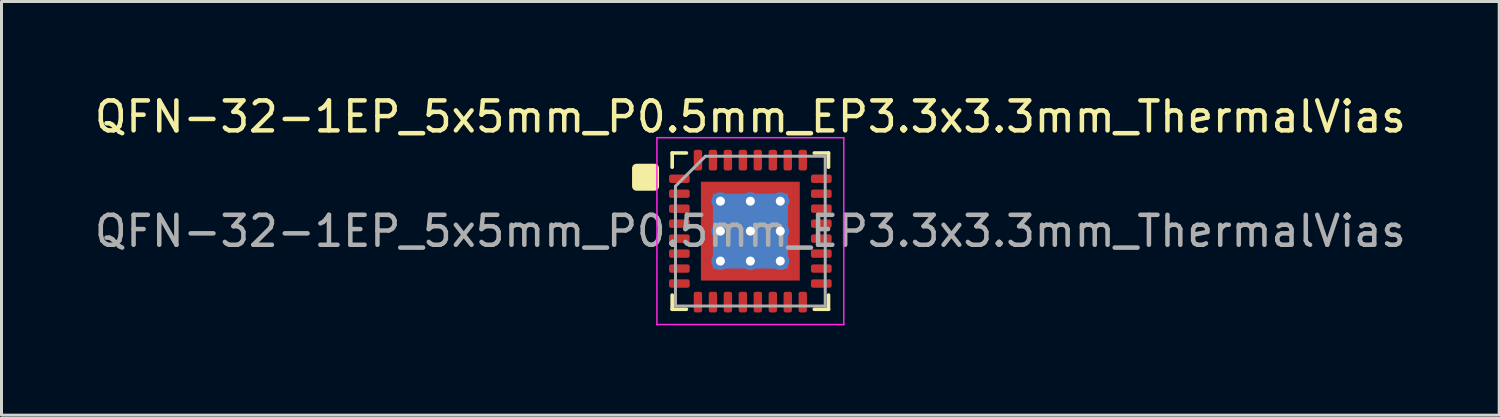
<source format=kicad_pcb>
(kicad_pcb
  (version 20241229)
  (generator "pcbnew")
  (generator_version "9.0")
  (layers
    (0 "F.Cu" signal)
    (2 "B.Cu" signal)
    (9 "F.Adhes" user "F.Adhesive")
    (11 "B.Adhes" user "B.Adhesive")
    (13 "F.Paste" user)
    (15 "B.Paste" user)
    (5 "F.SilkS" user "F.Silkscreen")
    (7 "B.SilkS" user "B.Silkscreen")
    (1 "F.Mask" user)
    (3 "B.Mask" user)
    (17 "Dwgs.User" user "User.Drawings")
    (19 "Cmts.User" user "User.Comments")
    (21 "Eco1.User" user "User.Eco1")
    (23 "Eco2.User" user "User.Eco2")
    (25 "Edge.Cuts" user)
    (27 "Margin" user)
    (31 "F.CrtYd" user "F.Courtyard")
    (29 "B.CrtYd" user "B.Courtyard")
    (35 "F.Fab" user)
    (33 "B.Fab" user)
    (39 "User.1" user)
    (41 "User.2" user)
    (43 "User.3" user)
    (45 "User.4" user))
  (footprint "QFN-32-1EP_5x5mm_P0.5mm_EP3.3x3.3mm_ThermalVias"
    (layer "F.Cu")
    (at 22.006 4.668)
    (property "Reference" "QFN-32-1EP_5x5mm_P0.5mm_EP3.3x3.3mm_ThermalVias" (at 0 -3.82 0) (layer "F.SilkS") (effects (font (size 1 1) (thickness 0.15))))
    (attr smd)
    (fp_line (start -2.61 -2.61) (end -2.61 -2.135) (stroke (width 0.12) (type solid)) (layer "F.SilkS"))
    (fp_line (start -2.61 2.61) (end -2.61 2.135) (stroke (width 0.12) (type solid)) (layer "F.SilkS"))
    (fp_line (start -2.135 -2.61) (end -2.61 -2.61) (stroke (width 0.12) (type solid)) (layer "F.SilkS"))
    (fp_line (start -2.135 2.61) (end -2.61 2.61) (stroke (width 0.12) (type solid)) (layer "F.SilkS"))
    (fp_line (start 2.135 -2.61) (end 2.61 -2.61) (stroke (width 0.12) (type solid)) (layer "F.SilkS"))
    (fp_line (start 2.135 2.61) (end 2.61 2.61) (stroke (width 0.12) (type solid)) (layer "F.SilkS"))
    (fp_line (start 2.61 -2.61) (end 2.61 -2.135) (stroke (width 0.12) (type solid)) (layer "F.SilkS"))
    (fp_line (start 2.61 2.61) (end 2.61 2.135) (stroke (width 0.12) (type solid)) (layer "F.SilkS"))
    (fp_rect (start -3.8 -2.1) (end -3.2 -1.5) (stroke (width 0.3) (type solid)) (fill yes) (layer "F.SilkS"))
    (fp_line (start -3.12 -3.12) (end -3.12 3.12) (stroke (width 0.05) (type solid)) (layer "F.CrtYd"))
    (fp_line (start -3.12 3.12) (end 3.12 3.12) (stroke (width 0.05) (type solid)) (layer "F.CrtYd"))
    (fp_line (start 3.12 -3.12) (end -3.12 -3.12) (stroke (width 0.05) (type solid)) (layer "F.CrtYd"))
    (fp_line (start 3.12 3.12) (end 3.12 -3.12) (stroke (width 0.05) (type solid)) (layer "F.CrtYd"))
    (fp_line (start -2.5 -1.5) (end -1.5 -2.5) (stroke (width 0.1) (type solid)) (layer "F.Fab"))
    (fp_line (start -2.5 2.5) (end -2.5 -1.5) (stroke (width 0.1) (type solid)) (layer "F.Fab"))
    (fp_line (start -1.5 -2.5) (end 2.5 -2.5) (stroke (width 0.1) (type solid)) (layer "F.Fab"))
    (fp_line (start 2.5 -2.5) (end 2.5 2.5) (stroke (width 0.1) (type solid)) (layer "F.Fab"))
    (fp_line (start 2.5 2.5) (end -2.5 2.5) (stroke (width 0.1) (type solid)) (layer "F.Fab"))
    (fp_text user "${REFERENCE}" (at 0 0 0) (layer "F.Fab") (effects (font (size 1 1) (thickness 0.15))))
    (pad "" smd custom (at -1.325 -1.325) (size 0.413 0.413) (layers "F.Paste") (options (anchor circle)) (primitives (gr_poly (pts (xy 0.151 0.059) (xy 0.059 0.151) (xy -0.151 0.151) (xy -0.151 -0.151) (xy 0.151 -0.151)) (width 0.222) (fill yes))))
    (pad "" smd custom (at -1.325 -0.5) (size 0.437 0.437) (layers "F.Paste") (options (anchor circle)) (primitives (gr_poly (pts (xy 0.175 -0.244) (xy 0.175 0.244) (xy 0.103 0.316) (xy -0.175 0.316) (xy -0.175 -0.316) (xy 0.103 -0.316)) (width 0.174) (fill yes))))
    (pad "" smd custom (at -1.325 0.5) (size 0.437 0.437) (layers "F.Paste") (options (anchor circle)) (primitives (gr_poly (pts (xy 0.175 -0.244) (xy 0.175 0.244) (xy 0.103 0.316) (xy -0.175 0.316) (xy -0.175 -0.316) (xy 0.103 -0.316)) (width 0.174) (fill yes))))
    (pad "" smd custom (at -1.325 1.325) (size 0.413 0.413) (layers "F.Paste") (options (anchor circle)) (primitives (gr_poly (pts (xy 0.151 -0.059) (xy 0.151 0.151) (xy -0.151 0.151) (xy -0.151 -0.151) (xy 0.059 -0.151)) (width 0.222) (fill yes))))
    (pad "" smd custom (at -0.5 -1.325) (size 0.437 0.437) (layers "F.Paste") (options (anchor circle)) (primitives (gr_poly (pts (xy 0.316 0.103) (xy 0.244 0.175) (xy -0.244 0.175) (xy -0.316 0.103) (xy -0.316 -0.175) (xy 0.316 -0.175)) (width 0.174) (fill yes))))
    (pad "" smd roundrect (at -0.5 -0.5) (size 0.806 0.806) (layers "F.Paste") (roundrect_rratio 0.25))
    (pad "" smd roundrect (at -0.5 0.5) (size 0.806 0.806) (layers "F.Paste") (roundrect_rratio 0.25))
    (pad "" smd custom (at -0.5 1.325) (size 0.437 0.437) (layers "F.Paste") (options (anchor circle)) (primitives (gr_poly (pts (xy 0.316 -0.103) (xy 0.316 0.175) (xy -0.316 0.175) (xy -0.316 -0.103) (xy -0.244 -0.175) (xy 0.244 -0.175)) (width 0.174) (fill yes))))
    (pad "" smd custom (at 0.5 -1.325) (size 0.437 0.437) (layers "F.Paste") (options (anchor circle)) (primitives (gr_poly (pts (xy 0.316 0.103) (xy 0.244 0.175) (xy -0.244 0.175) (xy -0.316 0.103) (xy -0.316 -0.175) (xy 0.316 -0.175)) (width 0.174) (fill yes))))
    (pad "" smd roundrect (at 0.5 -0.5) (size 0.806 0.806) (layers "F.Paste") (roundrect_rratio 0.25))
    (pad "" smd roundrect (at 0.5 0.5) (size 0.806 0.806) (layers "F.Paste") (roundrect_rratio 0.25))
    (pad "" smd custom (at 0.5 1.325) (size 0.437 0.437) (layers "F.Paste") (options (anchor circle)) (primitives (gr_poly (pts (xy 0.316 -0.103) (xy 0.316 0.175) (xy -0.316 0.175) (xy -0.316 -0.103) (xy -0.244 -0.175) (xy 0.244 -0.175)) (width 0.174) (fill yes))))
    (pad "" smd custom (at 1.325 -1.325) (size 0.413 0.413) (layers "F.Paste") (options (anchor circle)) (primitives (gr_poly (pts (xy 0.151 0.151) (xy -0.059 0.151) (xy -0.151 0.059) (xy -0.151 -0.151) (xy 0.151 -0.151)) (width 0.222) (fill yes))))
    (pad "" smd custom (at 1.325 -0.5) (size 0.437 0.437) (layers "F.Paste") (options (anchor circle)) (primitives (gr_poly (pts (xy 0.175 0.316) (xy -0.103 0.316) (xy -0.175 0.244) (xy -0.175 -0.244) (xy -0.103 -0.316) (xy 0.175 -0.316)) (width 0.174) (fill yes))))
    (pad "" smd custom (at 1.325 0.5) (size 0.437 0.437) (layers "F.Paste") (options (anchor circle)) (primitives (gr_poly (pts (xy 0.175 0.316) (xy -0.103 0.316) (xy -0.175 0.244) (xy -0.175 -0.244) (xy -0.103 -0.316) (xy 0.175 -0.316)) (width 0.174) (fill yes))))
    (pad "" smd custom (at 1.325 1.325) (size 0.413 0.413) (layers "F.Paste") (options (anchor circle)) (primitives (gr_poly (pts (xy 0.151 0.151) (xy -0.151 0.151) (xy -0.151 -0.059) (xy -0.059 -0.151) (xy 0.151 -0.151)) (width 0.222) (fill yes))))
    (pad "1" smd roundrect (at -2.37 -1.75) (size 0.69 0.28) (layers "F.Cu" "F.Mask" "F.Paste") (roundrect_rratio 0.25))
    (pad "2" smd roundrect (at -2.37 -1.25) (size 0.69 0.28) (layers "F.Cu" "F.Mask" "F.Paste") (roundrect_rratio 0.25))
    (pad "3" smd roundrect (at -2.37 -0.75) (size 0.69 0.28) (layers "F.Cu" "F.Mask" "F.Paste") (roundrect_rratio 0.25))
    (pad "4" smd roundrect (at -2.37 -0.25) (size 0.69 0.28) (layers "F.Cu" "F.Mask" "F.Paste") (roundrect_rratio 0.25))
    (pad "5" smd roundrect (at -2.37 0.25) (size 0.69 0.28) (layers "F.Cu" "F.Mask" "F.Paste") (roundrect_rratio 0.25))
    (pad "6" smd roundrect (at -2.37 0.75) (size 0.69 0.28) (layers "F.Cu" "F.Mask" "F.Paste") (roundrect_rratio 0.25))
    (pad "7" smd roundrect (at -2.37 1.25) (size 0.69 0.28) (layers "F.Cu" "F.Mask" "F.Paste") (roundrect_rratio 0.25))
    (pad "8" smd roundrect (at -2.37 1.75) (size 0.69 0.28) (layers "F.Cu" "F.Mask" "F.Paste") (roundrect_rratio 0.25))
    (pad "9" smd roundrect (at -1.75 2.37) (size 0.28 0.69) (layers "F.Cu" "F.Mask" "F.Paste") (roundrect_rratio 0.25))
    (pad "10" smd roundrect (at -1.25 2.37) (size 0.28 0.69) (layers "F.Cu" "F.Mask" "F.Paste") (roundrect_rratio 0.25))
    (pad "11" smd roundrect (at -0.75 2.37) (size 0.28 0.69) (layers "F.Cu" "F.Mask" "F.Paste") (roundrect_rratio 0.25))
    (pad "12" smd roundrect (at -0.25 2.37) (size 0.28 0.69) (layers "F.Cu" "F.Mask" "F.Paste") (roundrect_rratio 0.25))
    (pad "13" smd roundrect (at 0.25 2.37) (size 0.28 0.69) (layers "F.Cu" "F.Mask" "F.Paste") (roundrect_rratio 0.25))
    (pad "14" smd roundrect (at 0.75 2.37) (size 0.28 0.69) (layers "F.Cu" "F.Mask" "F.Paste") (roundrect_rratio 0.25))
    (pad "15" smd roundrect (at 1.25 2.37) (size 0.28 0.69) (layers "F.Cu" "F.Mask" "F.Paste") (roundrect_rratio 0.25))
    (pad "16" smd roundrect (at 1.75 2.37) (size 0.28 0.69) (layers "F.Cu" "F.Mask" "F.Paste") (roundrect_rratio 0.25))
    (pad "17" smd roundrect (at 2.37 1.75) (size 0.69 0.28) (layers "F.Cu" "F.Mask" "F.Paste") (roundrect_rratio 0.25))
    (pad "18" smd roundrect (at 2.37 1.25) (size 0.69 0.28) (layers "F.Cu" "F.Mask" "F.Paste") (roundrect_rratio 0.25))
    (pad "19" smd roundrect (at 2.37 0.75) (size 0.69 0.28) (layers "F.Cu" "F.Mask" "F.Paste") (roundrect_rratio 0.25))
    (pad "20" smd roundrect (at 2.37 0.25) (size 0.69 0.28) (layers "F.Cu" "F.Mask" "F.Paste") (roundrect_rratio 0.25))
    (pad "21" smd roundrect (at 2.37 -0.25) (size 0.69 0.28) (layers "F.Cu" "F.Mask" "F.Paste") (roundrect_rratio 0.25))
    (pad "22" smd roundrect (at 2.37 -0.75) (size 0.69 0.28) (layers "F.Cu" "F.Mask" "F.Paste") (roundrect_rratio 0.25))
    (pad "23" smd roundrect (at 2.37 -1.25) (size 0.69 0.28) (layers "F.Cu" "F.Mask" "F.Paste") (roundrect_rratio 0.25))
    (pad "24" smd roundrect (at 2.37 -1.75) (size 0.69 0.28) (layers "F.Cu" "F.Mask" "F.Paste") (roundrect_rratio 0.25))
    (pad "25" smd roundrect (at 1.75 -2.37) (size 0.28 0.69) (layers "F.Cu" "F.Mask" "F.Paste") (roundrect_rratio 0.25))
    (pad "26" smd roundrect (at 1.25 -2.37) (size 0.28 0.69) (layers "F.Cu" "F.Mask" "F.Paste") (roundrect_rratio 0.25))
    (pad "27" smd roundrect (at 0.75 -2.37) (size 0.28 0.69) (layers "F.Cu" "F.Mask" "F.Paste") (roundrect_rratio 0.25))
    (pad "28" smd roundrect (at 0.25 -2.37) (size 0.28 0.69) (layers "F.Cu" "F.Mask" "F.Paste") (roundrect_rratio 0.25))
    (pad "29" smd roundrect (at -0.25 -2.37) (size 0.28 0.69) (layers "F.Cu" "F.Mask" "F.Paste") (roundrect_rratio 0.25))
    (pad "30" smd roundrect (at -0.75 -2.37) (size 0.28 0.69) (layers "F.Cu" "F.Mask" "F.Paste") (roundrect_rratio 0.25))
    (pad "31" smd roundrect (at -1.25 -2.37) (size 0.28 0.69) (layers "F.Cu" "F.Mask" "F.Paste") (roundrect_rratio 0.25))
    (pad "32" smd roundrect (at -1.75 -2.37) (size 0.28 0.69) (layers "F.Cu" "F.Mask" "F.Paste") (roundrect_rratio 0.25))
    (pad "33" thru_hole circle (at -1 -1) (size 0.6 0.6) (drill 0.3) (layers "*.Cu"))
    (pad "33" thru_hole circle (at -1 0) (size 0.6 0.6) (drill 0.3) (layers "*.Cu"))
    (pad "33" thru_hole circle (at -1 1) (size 0.6 0.6) (drill 0.3) (layers "*.Cu"))
    (pad "33" thru_hole circle (at 0 -1) (size 0.6 0.6) (drill 0.3) (layers "*.Cu"))
    (pad "33" thru_hole circle (at 0 0) (size 0.6 0.6) (drill 0.3) (layers "*.Cu"))
    (pad "33" smd rect (at 0 0) (size 2.5 2.5) (layers "B.Cu"))
    (pad "33" smd rect (at 0 0) (size 3.3 3.3) (layers "F.Cu" "F.Mask"))
    (pad "33" thru_hole circle (at 0 1) (size 0.6 0.6) (drill 0.3) (layers "*.Cu"))
    (pad "33" thru_hole circle (at 1 -1) (size 0.6 0.6) (drill 0.3) (layers "*.Cu"))
    (pad "33" thru_hole circle (at 1 0) (size 0.6 0.6) (drill 0.3) (layers "*.Cu"))
    (pad "33" thru_hole circle (at 1 1) (size 0.6 0.6) (drill 0.3) (layers "*.Cu")))
  (gr_rect
    (start -3 -3)
    (end 47.012 10.813)
    (stroke (width 0.1) (type default))
    (fill no)
    (layer "Edge.Cuts")))
</source>
